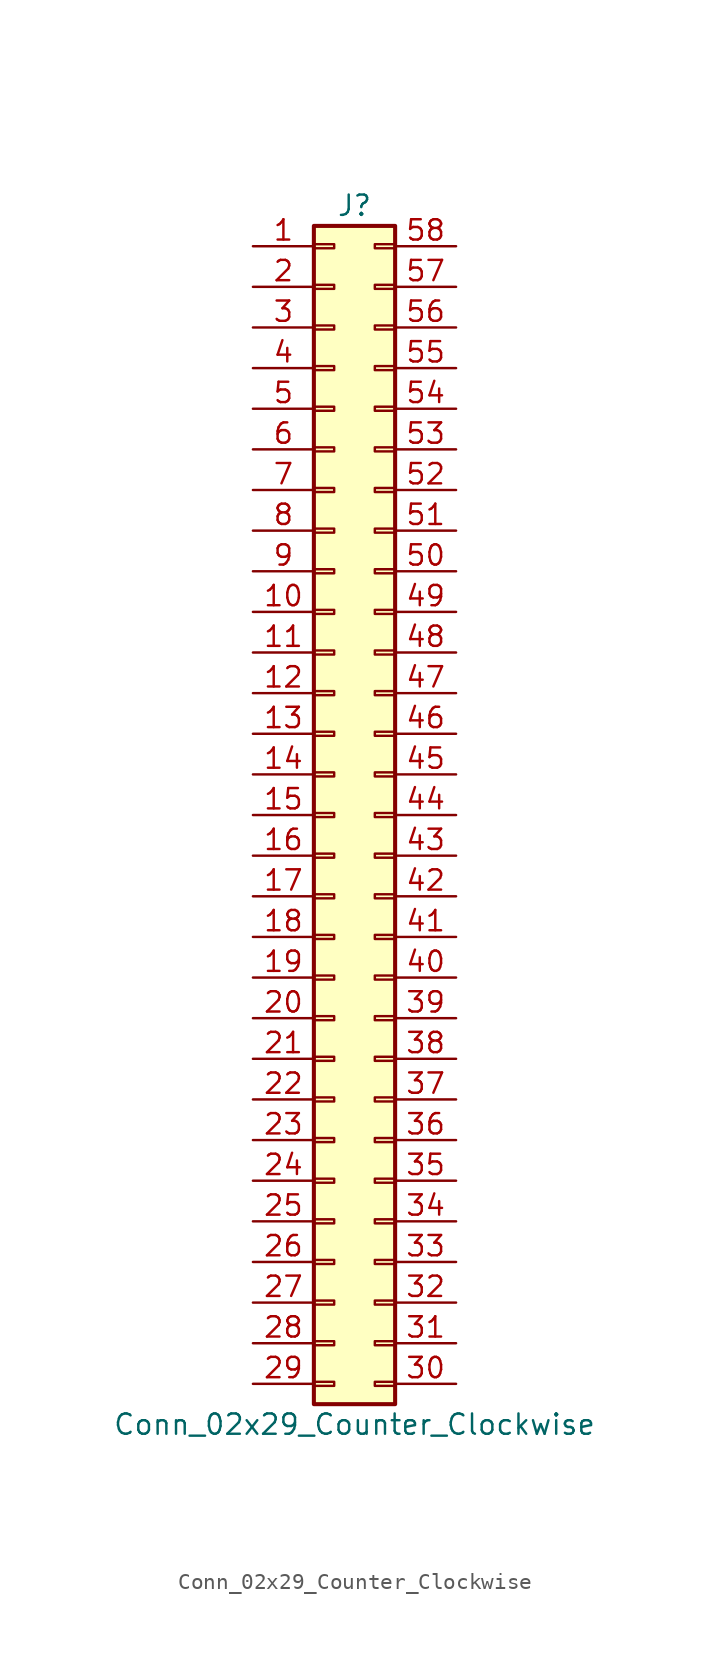
<source format=kicad_sym>
(kicad_symbol_lib
  (version 20220914)
  (generator kicad_symbol_editor)
  (symbol "Conn_02x29_Counter_Clockwise"
    (pin_names
      (offset 1.016) hide)
    (property "Reference" "J"
      (at 1.27 38.1 0)
      (effects (font (size 1.27 1.27))))
    (property "Value" "Conn_02x29_Counter_Clockwise"
      (at 1.27 -38.1 0)
      (effects (font (size 1.27 1.27))))
    (symbol "Conn_02x29_Counter_Clockwise_1_1"
      (rectangle (start -1.27 -35.433) (end 0 -35.687) (stroke (width 0.152) (type solid)) (fill (type none)))
      (rectangle (start -1.27 -32.893) (end 0 -33.147) (stroke (width 0.152) (type solid)) (fill (type none)))
      (rectangle (start -1.27 -30.353) (end 0 -30.607) (stroke (width 0.152) (type solid)) (fill (type none)))
      (rectangle (start -1.27 -27.813) (end 0 -28.067) (stroke (width 0.152) (type solid)) (fill (type none)))
      (rectangle (start -1.27 -25.273) (end 0 -25.527) (stroke (width 0.152) (type solid)) (fill (type none)))
      (rectangle (start -1.27 -22.733) (end 0 -22.987) (stroke (width 0.152) (type solid)) (fill (type none)))
      (rectangle (start -1.27 -20.193) (end 0 -20.447) (stroke (width 0.152) (type solid)) (fill (type none)))
      (rectangle (start -1.27 -17.653) (end 0 -17.907) (stroke (width 0.152) (type solid)) (fill (type none)))
      (rectangle (start -1.27 -15.113) (end 0 -15.367) (stroke (width 0.152) (type solid)) (fill (type none)))
      (rectangle (start -1.27 -12.573) (end 0 -12.827) (stroke (width 0.152) (type solid)) (fill (type none)))
      (rectangle (start -1.27 -10.033) (end 0 -10.287) (stroke (width 0.152) (type solid)) (fill (type none)))
      (rectangle (start -1.27 -7.493) (end 0 -7.747) (stroke (width 0.152) (type solid)) (fill (type none)))
      (rectangle (start -1.27 -4.953) (end 0 -5.207) (stroke (width 0.152) (type solid)) (fill (type none)))
      (rectangle (start -1.27 -2.413) (end 0 -2.667) (stroke (width 0.152) (type solid)) (fill (type none)))
      (rectangle (start -1.27 0.127) (end 0 -0.127) (stroke (width 0.152) (type solid)) (fill (type none)))
      (rectangle (start -1.27 2.667) (end 0 2.413) (stroke (width 0.152) (type solid)) (fill (type none)))
      (rectangle (start -1.27 5.207) (end 0 4.953) (stroke (width 0.152) (type solid)) (fill (type none)))
      (rectangle (start -1.27 7.747) (end 0 7.493) (stroke (width 0.152) (type solid)) (fill (type none)))
      (rectangle (start -1.27 10.287) (end 0 10.033) (stroke (width 0.152) (type solid)) (fill (type none)))
      (rectangle (start -1.27 12.827) (end 0 12.573) (stroke (width 0.152) (type solid)) (fill (type none)))
      (rectangle (start -1.27 15.367) (end 0 15.113) (stroke (width 0.152) (type solid)) (fill (type none)))
      (rectangle (start -1.27 17.907) (end 0 17.653) (stroke (width 0.152) (type solid)) (fill (type none)))
      (rectangle (start -1.27 20.447) (end 0 20.193) (stroke (width 0.152) (type solid)) (fill (type none)))
      (rectangle (start -1.27 22.987) (end 0 22.733) (stroke (width 0.152) (type solid)) (fill (type none)))
      (rectangle (start -1.27 25.527) (end 0 25.273) (stroke (width 0.152) (type solid)) (fill (type none)))
      (rectangle (start -1.27 28.067) (end 0 27.813) (stroke (width 0.152) (type solid)) (fill (type none)))
      (rectangle (start -1.27 30.607) (end 0 30.353) (stroke (width 0.152) (type solid)) (fill (type none)))
      (rectangle (start -1.27 33.147) (end 0 32.893) (stroke (width 0.152) (type solid)) (fill (type none)))
      (rectangle (start -1.27 35.687) (end 0 35.433) (stroke (width 0.152) (type solid)) (fill (type none)))
      (rectangle (start -1.27 36.83) (end 3.81 -36.83) (stroke (width 0.254) (type solid)) (fill (type background)))
      (rectangle (start 3.81 -35.433) (end 2.54 -35.687) (stroke (width 0.152) (type solid)) (fill (type none)))
      (rectangle (start 3.81 -32.893) (end 2.54 -33.147) (stroke (width 0.152) (type solid)) (fill (type none)))
      (rectangle (start 3.81 -30.353) (end 2.54 -30.607) (stroke (width 0.152) (type solid)) (fill (type none)))
      (rectangle (start 3.81 -27.813) (end 2.54 -28.067) (stroke (width 0.152) (type solid)) (fill (type none)))
      (rectangle (start 3.81 -25.273) (end 2.54 -25.527) (stroke (width 0.152) (type solid)) (fill (type none)))
      (rectangle (start 3.81 -22.733) (end 2.54 -22.987) (stroke (width 0.152) (type solid)) (fill (type none)))
      (rectangle (start 3.81 -20.193) (end 2.54 -20.447) (stroke (width 0.152) (type solid)) (fill (type none)))
      (rectangle (start 3.81 -17.653) (end 2.54 -17.907) (stroke (width 0.152) (type solid)) (fill (type none)))
      (rectangle (start 3.81 -15.113) (end 2.54 -15.367) (stroke (width 0.152) (type solid)) (fill (type none)))
      (rectangle (start 3.81 -12.573) (end 2.54 -12.827) (stroke (width 0.152) (type solid)) (fill (type none)))
      (rectangle (start 3.81 -10.033) (end 2.54 -10.287) (stroke (width 0.152) (type solid)) (fill (type none)))
      (rectangle (start 3.81 -7.493) (end 2.54 -7.747) (stroke (width 0.152) (type solid)) (fill (type none)))
      (rectangle (start 3.81 -4.953) (end 2.54 -5.207) (stroke (width 0.152) (type solid)) (fill (type none)))
      (rectangle (start 3.81 -2.413) (end 2.54 -2.667) (stroke (width 0.152) (type solid)) (fill (type none)))
      (rectangle (start 3.81 0.127) (end 2.54 -0.127) (stroke (width 0.152) (type solid)) (fill (type none)))
      (rectangle (start 3.81 2.667) (end 2.54 2.413) (stroke (width 0.152) (type solid)) (fill (type none)))
      (rectangle (start 3.81 5.207) (end 2.54 4.953) (stroke (width 0.152) (type solid)) (fill (type none)))
      (rectangle (start 3.81 7.747) (end 2.54 7.493) (stroke (width 0.152) (type solid)) (fill (type none)))
      (rectangle (start 3.81 10.287) (end 2.54 10.033) (stroke (width 0.152) (type solid)) (fill (type none)))
      (rectangle (start 3.81 12.827) (end 2.54 12.573) (stroke (width 0.152) (type solid)) (fill (type none)))
      (rectangle (start 3.81 15.367) (end 2.54 15.113) (stroke (width 0.152) (type solid)) (fill (type none)))
      (rectangle (start 3.81 17.907) (end 2.54 17.653) (stroke (width 0.152) (type solid)) (fill (type none)))
      (rectangle (start 3.81 20.447) (end 2.54 20.193) (stroke (width 0.152) (type solid)) (fill (type none)))
      (rectangle (start 3.81 22.987) (end 2.54 22.733) (stroke (width 0.152) (type solid)) (fill (type none)))
      (rectangle (start 3.81 25.527) (end 2.54 25.273) (stroke (width 0.152) (type solid)) (fill (type none)))
      (rectangle (start 3.81 28.067) (end 2.54 27.813) (stroke (width 0.152) (type solid)) (fill (type none)))
      (rectangle (start 3.81 30.607) (end 2.54 30.353) (stroke (width 0.152) (type solid)) (fill (type none)))
      (rectangle (start 3.81 33.147) (end 2.54 32.893) (stroke (width 0.152) (type solid)) (fill (type none)))
      (rectangle (start 3.81 35.687) (end 2.54 35.433) (stroke (width 0.152) (type solid)) (fill (type none)))
      (pin passive line (at -5.08 35.56 0) (length 3.81) (name "Pin_1" (effects (font (size 1.27 1.27)))) (number "1" (effects (font (size 1.27 1.27)))))
      (pin passive line (at -5.08 12.7 0) (length 3.81) (name "Pin_10" (effects (font (size 1.27 1.27)))) (number "10" (effects (font (size 1.27 1.27)))))
      (pin passive line (at -5.08 10.16 0) (length 3.81) (name "Pin_11" (effects (font (size 1.27 1.27)))) (number "11" (effects (font (size 1.27 1.27)))))
      (pin passive line (at -5.08 7.62 0) (length 3.81) (name "Pin_12" (effects (font (size 1.27 1.27)))) (number "12" (effects (font (size 1.27 1.27)))))
      (pin passive line (at -5.08 5.08 0) (length 3.81) (name "Pin_13" (effects (font (size 1.27 1.27)))) (number "13" (effects (font (size 1.27 1.27)))))
      (pin passive line (at -5.08 2.54 0) (length 3.81) (name "Pin_14" (effects (font (size 1.27 1.27)))) (number "14" (effects (font (size 1.27 1.27)))))
      (pin passive line (at -5.08 0 0) (length 3.81) (name "Pin_15" (effects (font (size 1.27 1.27)))) (number "15" (effects (font (size 1.27 1.27)))))
      (pin passive line (at -5.08 -2.54 0) (length 3.81) (name "Pin_16" (effects (font (size 1.27 1.27)))) (number "16" (effects (font (size 1.27 1.27)))))
      (pin passive line (at -5.08 -5.08 0) (length 3.81) (name "Pin_17" (effects (font (size 1.27 1.27)))) (number "17" (effects (font (size 1.27 1.27)))))
      (pin passive line (at -5.08 -7.62 0) (length 3.81) (name "Pin_18" (effects (font (size 1.27 1.27)))) (number "18" (effects (font (size 1.27 1.27)))))
      (pin passive line (at -5.08 -10.16 0) (length 3.81) (name "Pin_19" (effects (font (size 1.27 1.27)))) (number "19" (effects (font (size 1.27 1.27)))))
      (pin passive line (at -5.08 33.02 0) (length 3.81) (name "Pin_2" (effects (font (size 1.27 1.27)))) (number "2" (effects (font (size 1.27 1.27)))))
      (pin passive line (at -5.08 -12.7 0) (length 3.81) (name "Pin_20" (effects (font (size 1.27 1.27)))) (number "20" (effects (font (size 1.27 1.27)))))
      (pin passive line (at -5.08 -15.24 0) (length 3.81) (name "Pin_21" (effects (font (size 1.27 1.27)))) (number "21" (effects (font (size 1.27 1.27)))))
      (pin passive line (at -5.08 -17.78 0) (length 3.81) (name "Pin_22" (effects (font (size 1.27 1.27)))) (number "22" (effects (font (size 1.27 1.27)))))
      (pin passive line (at -5.08 -20.32 0) (length 3.81) (name "Pin_23" (effects (font (size 1.27 1.27)))) (number "23" (effects (font (size 1.27 1.27)))))
      (pin passive line (at -5.08 -22.86 0) (length 3.81) (name "Pin_24" (effects (font (size 1.27 1.27)))) (number "24" (effects (font (size 1.27 1.27)))))
      (pin passive line (at -5.08 -25.4 0) (length 3.81) (name "Pin_25" (effects (font (size 1.27 1.27)))) (number "25" (effects (font (size 1.27 1.27)))))
      (pin passive line (at -5.08 -27.94 0) (length 3.81) (name "Pin_26" (effects (font (size 1.27 1.27)))) (number "26" (effects (font (size 1.27 1.27)))))
      (pin passive line (at -5.08 -30.48 0) (length 3.81) (name "Pin_27" (effects (font (size 1.27 1.27)))) (number "27" (effects (font (size 1.27 1.27)))))
      (pin passive line (at -5.08 -33.02 0) (length 3.81) (name "Pin_28" (effects (font (size 1.27 1.27)))) (number "28" (effects (font (size 1.27 1.27)))))
      (pin passive line (at -5.08 -35.56 0) (length 3.81) (name "Pin_29" (effects (font (size 1.27 1.27)))) (number "29" (effects (font (size 1.27 1.27)))))
      (pin passive line (at -5.08 30.48 0) (length 3.81) (name "Pin_3" (effects (font (size 1.27 1.27)))) (number "3" (effects (font (size 1.27 1.27)))))
      (pin passive line (at 7.62 -35.56 180) (length 3.81) (name "Pin_30" (effects (font (size 1.27 1.27)))) (number "30" (effects (font (size 1.27 1.27)))))
      (pin passive line (at 7.62 -33.02 180) (length 3.81) (name "Pin_31" (effects (font (size 1.27 1.27)))) (number "31" (effects (font (size 1.27 1.27)))))
      (pin passive line (at 7.62 -30.48 180) (length 3.81) (name "Pin_32" (effects (font (size 1.27 1.27)))) (number "32" (effects (font (size 1.27 1.27)))))
      (pin passive line (at 7.62 -27.94 180) (length 3.81) (name "Pin_33" (effects (font (size 1.27 1.27)))) (number "33" (effects (font (size 1.27 1.27)))))
      (pin passive line (at 7.62 -25.4 180) (length 3.81) (name "Pin_34" (effects (font (size 1.27 1.27)))) (number "34" (effects (font (size 1.27 1.27)))))
      (pin passive line (at 7.62 -22.86 180) (length 3.81) (name "Pin_35" (effects (font (size 1.27 1.27)))) (number "35" (effects (font (size 1.27 1.27)))))
      (pin passive line (at 7.62 -20.32 180) (length 3.81) (name "Pin_36" (effects (font (size 1.27 1.27)))) (number "36" (effects (font (size 1.27 1.27)))))
      (pin passive line (at 7.62 -17.78 180) (length 3.81) (name "Pin_37" (effects (font (size 1.27 1.27)))) (number "37" (effects (font (size 1.27 1.27)))))
      (pin passive line (at 7.62 -15.24 180) (length 3.81) (name "Pin_38" (effects (font (size 1.27 1.27)))) (number "38" (effects (font (size 1.27 1.27)))))
      (pin passive line (at 7.62 -12.7 180) (length 3.81) (name "Pin_39" (effects (font (size 1.27 1.27)))) (number "39" (effects (font (size 1.27 1.27)))))
      (pin passive line (at -5.08 27.94 0) (length 3.81) (name "Pin_4" (effects (font (size 1.27 1.27)))) (number "4" (effects (font (size 1.27 1.27)))))
      (pin passive line (at 7.62 -10.16 180) (length 3.81) (name "Pin_40" (effects (font (size 1.27 1.27)))) (number "40" (effects (font (size 1.27 1.27)))))
      (pin passive line (at 7.62 -7.62 180) (length 3.81) (name "Pin_41" (effects (font (size 1.27 1.27)))) (number "41" (effects (font (size 1.27 1.27)))))
      (pin passive line (at 7.62 -5.08 180) (length 3.81) (name "Pin_42" (effects (font (size 1.27 1.27)))) (number "42" (effects (font (size 1.27 1.27)))))
      (pin passive line (at 7.62 -2.54 180) (length 3.81) (name "Pin_43" (effects (font (size 1.27 1.27)))) (number "43" (effects (font (size 1.27 1.27)))))
      (pin passive line (at 7.62 0 180) (length 3.81) (name "Pin_44" (effects (font (size 1.27 1.27)))) (number "44" (effects (font (size 1.27 1.27)))))
      (pin passive line (at 7.62 2.54 180) (length 3.81) (name "Pin_45" (effects (font (size 1.27 1.27)))) (number "45" (effects (font (size 1.27 1.27)))))
      (pin passive line (at 7.62 5.08 180) (length 3.81) (name "Pin_46" (effects (font (size 1.27 1.27)))) (number "46" (effects (font (size 1.27 1.27)))))
      (pin passive line (at 7.62 7.62 180) (length 3.81) (name "Pin_47" (effects (font (size 1.27 1.27)))) (number "47" (effects (font (size 1.27 1.27)))))
      (pin passive line (at 7.62 10.16 180) (length 3.81) (name "Pin_48" (effects (font (size 1.27 1.27)))) (number "48" (effects (font (size 1.27 1.27)))))
      (pin passive line (at 7.62 12.7 180) (length 3.81) (name "Pin_49" (effects (font (size 1.27 1.27)))) (number "49" (effects (font (size 1.27 1.27)))))
      (pin passive line (at -5.08 25.4 0) (length 3.81) (name "Pin_5" (effects (font (size 1.27 1.27)))) (number "5" (effects (font (size 1.27 1.27)))))
      (pin passive line (at 7.62 15.24 180) (length 3.81) (name "Pin_50" (effects (font (size 1.27 1.27)))) (number "50" (effects (font (size 1.27 1.27)))))
      (pin passive line (at 7.62 17.78 180) (length 3.81) (name "Pin_51" (effects (font (size 1.27 1.27)))) (number "51" (effects (font (size 1.27 1.27)))))
      (pin passive line (at 7.62 20.32 180) (length 3.81) (name "Pin_52" (effects (font (size 1.27 1.27)))) (number "52" (effects (font (size 1.27 1.27)))))
      (pin passive line (at 7.62 22.86 180) (length 3.81) (name "Pin_53" (effects (font (size 1.27 1.27)))) (number "53" (effects (font (size 1.27 1.27)))))
      (pin passive line (at 7.62 25.4 180) (length 3.81) (name "Pin_54" (effects (font (size 1.27 1.27)))) (number "54" (effects (font (size 1.27 1.27)))))
      (pin passive line (at 7.62 27.94 180) (length 3.81) (name "Pin_55" (effects (font (size 1.27 1.27)))) (number "55" (effects (font (size 1.27 1.27)))))
      (pin passive line (at 7.62 30.48 180) (length 3.81) (name "Pin_56" (effects (font (size 1.27 1.27)))) (number "56" (effects (font (size 1.27 1.27)))))
      (pin passive line (at 7.62 33.02 180) (length 3.81) (name "Pin_57" (effects (font (size 1.27 1.27)))) (number "57" (effects (font (size 1.27 1.27)))))
      (pin passive line (at 7.62 35.56 180) (length 3.81) (name "Pin_58" (effects (font (size 1.27 1.27)))) (number "58" (effects (font (size 1.27 1.27)))))
      (pin passive line (at -5.08 22.86 0) (length 3.81) (name "Pin_6" (effects (font (size 1.27 1.27)))) (number "6" (effects (font (size 1.27 1.27)))))
      (pin passive line (at -5.08 20.32 0) (length 3.81) (name "Pin_7" (effects (font (size 1.27 1.27)))) (number "7" (effects (font (size 1.27 1.27)))))
      (pin passive line (at -5.08 17.78 0) (length 3.81) (name "Pin_8" (effects (font (size 1.27 1.27)))) (number "8" (effects (font (size 1.27 1.27)))))
      (pin passive line (at -5.08 15.24 0) (length 3.81) (name "Pin_9" (effects (font (size 1.27 1.27)))) (number "9" (effects (font (size 1.27 1.27))))))))
</source>
